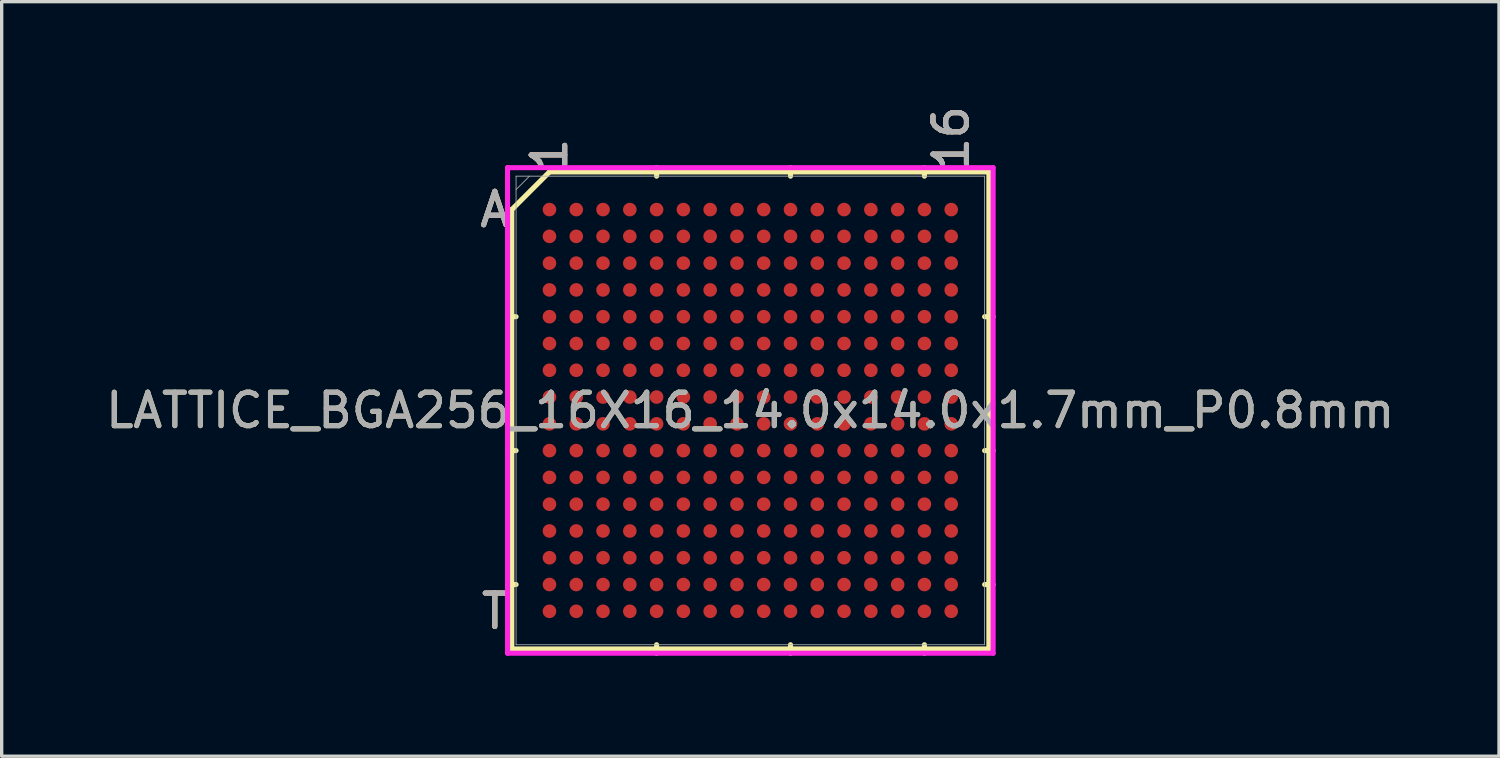
<source format=kicad_pcb>
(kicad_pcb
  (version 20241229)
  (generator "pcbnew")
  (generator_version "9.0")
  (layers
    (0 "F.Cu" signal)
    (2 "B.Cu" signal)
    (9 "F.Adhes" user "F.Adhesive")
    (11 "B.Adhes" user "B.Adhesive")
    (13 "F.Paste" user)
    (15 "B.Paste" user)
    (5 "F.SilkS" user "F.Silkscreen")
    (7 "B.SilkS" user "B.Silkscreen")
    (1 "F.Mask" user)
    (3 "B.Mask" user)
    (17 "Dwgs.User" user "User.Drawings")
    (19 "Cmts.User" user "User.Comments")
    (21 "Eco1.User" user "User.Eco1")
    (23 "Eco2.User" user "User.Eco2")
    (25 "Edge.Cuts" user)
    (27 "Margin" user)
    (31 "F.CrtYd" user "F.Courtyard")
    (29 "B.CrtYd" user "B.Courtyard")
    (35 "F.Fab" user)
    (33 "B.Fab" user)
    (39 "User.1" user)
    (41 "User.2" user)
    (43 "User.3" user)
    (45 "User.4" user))
  (footprint "LATTICE_BGA256_16X16_14.0x14.0x1.7mm_P0.8mm"
    (layer "F.Cu")
    (at 19.363 9.21)
    (property "Reference" "LATTICE_BGA256_16X16_14.0x14.0x1.7mm_P0.8mm" (at 0 0 0) (unlocked yes) (layer "F.SilkS") (effects (font (size 1 1) (thickness 0.15))))
    (attr smd)
    (fp_line (start -7.125 -6) (end -7.125 7.125) (stroke (width 0.152) (type solid)) (layer "F.SilkS"))
    (fp_line (start -7.125 7.125) (end 7.125 7.125) (stroke (width 0.152) (type solid)) (layer "F.SilkS"))
    (fp_line (start -6.998 -2.8) (end -7.252 -2.8) (stroke (width 0.152) (type solid)) (layer "F.SilkS"))
    (fp_line (start -6.998 1.2) (end -7.252 1.2) (stroke (width 0.152) (type solid)) (layer "F.SilkS"))
    (fp_line (start -6.998 5.2) (end -7.252 5.2) (stroke (width 0.152) (type solid)) (layer "F.SilkS"))
    (fp_line (start -6 -7.125) (end -7.125 -6) (stroke (width 0.152) (type default)) (layer "F.SilkS"))
    (fp_line (start -2.8 -6.998) (end -2.8 -7.252) (stroke (width 0.152) (type solid)) (layer "F.SilkS"))
    (fp_line (start -2.8 6.998) (end -2.8 7.252) (stroke (width 0.152) (type solid)) (layer "F.SilkS"))
    (fp_line (start 1.2 -6.998) (end 1.2 -7.252) (stroke (width 0.152) (type solid)) (layer "F.SilkS"))
    (fp_line (start 1.2 6.998) (end 1.2 7.252) (stroke (width 0.152) (type solid)) (layer "F.SilkS"))
    (fp_line (start 5.2 -6.998) (end 5.2 -7.252) (stroke (width 0.152) (type solid)) (layer "F.SilkS"))
    (fp_line (start 5.2 6.998) (end 5.2 7.252) (stroke (width 0.152) (type solid)) (layer "F.SilkS"))
    (fp_line (start 6.998 -2.8) (end 7.252 -2.8) (stroke (width 0.152) (type solid)) (layer "F.SilkS"))
    (fp_line (start 6.998 1.2) (end 7.252 1.2) (stroke (width 0.152) (type solid)) (layer "F.SilkS"))
    (fp_line (start 6.998 5.2) (end 7.252 5.2) (stroke (width 0.152) (type solid)) (layer "F.SilkS"))
    (fp_line (start 7.125 -7.125) (end -6 -7.125) (stroke (width 0.152) (type solid)) (layer "F.SilkS"))
    (fp_line (start 7.125 7.125) (end 7.125 -7.125) (stroke (width 0.152) (type solid)) (layer "F.SilkS"))
    (fp_line (start -7.252 -7.252) (end 7.252 -7.252) (stroke (width 0.152) (type solid)) (layer "F.CrtYd"))
    (fp_line (start -7.252 7.252) (end -7.252 -7.252) (stroke (width 0.152) (type solid)) (layer "F.CrtYd"))
    (fp_line (start 7.252 -7.252) (end 7.252 7.252) (stroke (width 0.152) (type solid)) (layer "F.CrtYd"))
    (fp_line (start 7.252 7.252) (end -7.252 7.252) (stroke (width 0.152) (type solid)) (layer "F.CrtYd"))
    (fp_line (start -6.998 -6.998) (end -6.998 6.998) (stroke (width 0.025) (type solid)) (layer "F.Fab"))
    (fp_line (start -6.998 6.998) (end 6.998 6.998) (stroke (width 0.025) (type solid)) (layer "F.Fab"))
    (fp_line (start -6.598 -6.998) (end -6.998 -6.598) (stroke (width 0.025) (type solid)) (layer "F.Fab"))
    (fp_line (start 6.998 -6.998) (end -6.998 -6.998) (stroke (width 0.025) (type solid)) (layer "F.Fab"))
    (fp_line (start 6.998 6.998) (end 6.998 -6.998) (stroke (width 0.025) (type solid)) (layer "F.Fab"))
    (fp_text user "A" (at -7.633 -6 0) (unlocked yes) (layer "F.SilkS") (effects (font (size 1 1) (thickness 0.15))))
    (fp_text user "T" (at -7.633 6 0) (unlocked yes) (layer "F.SilkS") (effects (font (size 1 1) (thickness 0.15))))
    (fp_text user "1" (at -6 -7.633 90) (unlocked yes) (layer "F.SilkS") (effects (font (size 1 1) (thickness 0.15))))
    (fp_text user "16" (at 6 -8.133 90) (unlocked yes) (layer "F.SilkS") (effects (font (size 1 1) (thickness 0.15))))
    (fp_text user "1" (at -6 -7.633 90) (unlocked yes) (layer "B.SilkS") (effects (font (size 1 1) (thickness 0.15))))
    (fp_text user "A" (at -7.633 -6 0) (unlocked yes) (layer "B.SilkS") (effects (font (size 1 1) (thickness 0.15))))
    (fp_text user "T" (at -7.633 6 0) (unlocked yes) (layer "B.SilkS") (effects (font (size 1 1) (thickness 0.15))))
    (fp_text user "16" (at 6 -8.133 90) (unlocked yes) (layer "B.SilkS") (effects (font (size 1 1) (thickness 0.15))))
    (fp_text user "1" (at -6 -7.633 90) (unlocked yes) (layer "F.Fab") (effects (font (size 1 1) (thickness 0.15))))
    (fp_text user "16" (at 6 -8.133 90) (unlocked yes) (layer "F.Fab") (effects (font (size 1 1) (thickness 0.15))))
    (fp_text user "${REFERENCE}" (at 0 0 0) (unlocked yes) (layer "F.Fab") (effects (font (size 1 1) (thickness 0.15))))
    (fp_text user "T" (at -7.633 6 0) (unlocked yes) (layer "F.Fab") (effects (font (size 1 1) (thickness 0.15))))
    (fp_text user "A" (at -7.633 -6 0) (unlocked yes) (layer "F.Fab") (effects (font (size 1 1) (thickness 0.15))))
    (pad "A1" smd circle (at -6 -6) (size 0.406 0.406) (layers "F.Cu" "F.Mask" "F.Paste"))
    (pad "A2" smd circle (at -5.2 -6) (size 0.406 0.406) (layers "F.Cu" "F.Mask" "F.Paste"))
    (pad "A3" smd circle (at -4.4 -6) (size 0.406 0.406) (layers "F.Cu" "F.Mask" "F.Paste"))
    (pad "A4" smd circle (at -3.6 -6) (size 0.406 0.406) (layers "F.Cu" "F.Mask" "F.Paste"))
    (pad "A5" smd circle (at -2.8 -6) (size 0.406 0.406) (layers "F.Cu" "F.Mask" "F.Paste"))
    (pad "A6" smd circle (at -2 -6) (size 0.406 0.406) (layers "F.Cu" "F.Mask" "F.Paste"))
    (pad "A7" smd circle (at -1.2 -6) (size 0.406 0.406) (layers "F.Cu" "F.Mask" "F.Paste"))
    (pad "A8" smd circle (at -0.4 -6) (size 0.406 0.406) (layers "F.Cu" "F.Mask" "F.Paste"))
    (pad "A9" smd circle (at 0.4 -6) (size 0.406 0.406) (layers "F.Cu" "F.Mask" "F.Paste"))
    (pad "A10" smd circle (at 1.2 -6) (size 0.406 0.406) (layers "F.Cu" "F.Mask" "F.Paste"))
    (pad "A11" smd circle (at 2 -6) (size 0.406 0.406) (layers "F.Cu" "F.Mask" "F.Paste"))
    (pad "A12" smd circle (at 2.8 -6) (size 0.406 0.406) (layers "F.Cu" "F.Mask" "F.Paste"))
    (pad "A13" smd circle (at 3.6 -6) (size 0.406 0.406) (layers "F.Cu" "F.Mask" "F.Paste"))
    (pad "A14" smd circle (at 4.4 -6) (size 0.406 0.406) (layers "F.Cu" "F.Mask" "F.Paste"))
    (pad "A15" smd circle (at 5.2 -6) (size 0.406 0.406) (layers "F.Cu" "F.Mask" "F.Paste"))
    (pad "A16" smd circle (at 6 -6) (size 0.406 0.406) (layers "F.Cu" "F.Mask" "F.Paste"))
    (pad "B1" smd circle (at -6 -5.2) (size 0.406 0.406) (layers "F.Cu" "F.Mask" "F.Paste"))
    (pad "B2" smd circle (at -5.2 -5.2) (size 0.406 0.406) (layers "F.Cu" "F.Mask" "F.Paste"))
    (pad "B3" smd circle (at -4.4 -5.2) (size 0.406 0.406) (layers "F.Cu" "F.Mask" "F.Paste"))
    (pad "B4" smd circle (at -3.6 -5.2) (size 0.406 0.406) (layers "F.Cu" "F.Mask" "F.Paste"))
    (pad "B5" smd circle (at -2.8 -5.2) (size 0.406 0.406) (layers "F.Cu" "F.Mask" "F.Paste"))
    (pad "B6" smd circle (at -2 -5.2) (size 0.406 0.406) (layers "F.Cu" "F.Mask" "F.Paste"))
    (pad "B7" smd circle (at -1.2 -5.2) (size 0.406 0.406) (layers "F.Cu" "F.Mask" "F.Paste"))
    (pad "B8" smd circle (at -0.4 -5.2) (size 0.406 0.406) (layers "F.Cu" "F.Mask" "F.Paste"))
    (pad "B9" smd circle (at 0.4 -5.2) (size 0.406 0.406) (layers "F.Cu" "F.Mask" "F.Paste"))
    (pad "B10" smd circle (at 1.2 -5.2) (size 0.406 0.406) (layers "F.Cu" "F.Mask" "F.Paste"))
    (pad "B11" smd circle (at 2 -5.2) (size 0.406 0.406) (layers "F.Cu" "F.Mask" "F.Paste"))
    (pad "B12" smd circle (at 2.8 -5.2) (size 0.406 0.406) (layers "F.Cu" "F.Mask" "F.Paste"))
    (pad "B13" smd circle (at 3.6 -5.2) (size 0.406 0.406) (layers "F.Cu" "F.Mask" "F.Paste"))
    (pad "B14" smd circle (at 4.4 -5.2) (size 0.406 0.406) (layers "F.Cu" "F.Mask" "F.Paste"))
    (pad "B15" smd circle (at 5.2 -5.2) (size 0.406 0.406) (layers "F.Cu" "F.Mask" "F.Paste"))
    (pad "B16" smd circle (at 6 -5.2) (size 0.406 0.406) (layers "F.Cu" "F.Mask" "F.Paste"))
    (pad "C1" smd circle (at -6 -4.4) (size 0.406 0.406) (layers "F.Cu" "F.Mask" "F.Paste"))
    (pad "C2" smd circle (at -5.2 -4.4) (size 0.406 0.406) (layers "F.Cu" "F.Mask" "F.Paste"))
    (pad "C3" smd circle (at -4.4 -4.4) (size 0.406 0.406) (layers "F.Cu" "F.Mask" "F.Paste"))
    (pad "C4" smd circle (at -3.6 -4.4) (size 0.406 0.406) (layers "F.Cu" "F.Mask" "F.Paste"))
    (pad "C5" smd circle (at -2.8 -4.4) (size 0.406 0.406) (layers "F.Cu" "F.Mask" "F.Paste"))
    (pad "C6" smd circle (at -2 -4.4) (size 0.406 0.406) (layers "F.Cu" "F.Mask" "F.Paste"))
    (pad "C7" smd circle (at -1.2 -4.4) (size 0.406 0.406) (layers "F.Cu" "F.Mask" "F.Paste"))
    (pad "C8" smd circle (at -0.4 -4.4) (size 0.406 0.406) (layers "F.Cu" "F.Mask" "F.Paste"))
    (pad "C9" smd circle (at 0.4 -4.4) (size 0.406 0.406) (layers "F.Cu" "F.Mask" "F.Paste"))
    (pad "C10" smd circle (at 1.2 -4.4) (size 0.406 0.406) (layers "F.Cu" "F.Mask" "F.Paste"))
    (pad "C11" smd circle (at 2 -4.4) (size 0.406 0.406) (layers "F.Cu" "F.Mask" "F.Paste"))
    (pad "C12" smd circle (at 2.8 -4.4) (size 0.406 0.406) (layers "F.Cu" "F.Mask" "F.Paste"))
    (pad "C13" smd circle (at 3.6 -4.4) (size 0.406 0.406) (layers "F.Cu" "F.Mask" "F.Paste"))
    (pad "C14" smd circle (at 4.4 -4.4) (size 0.406 0.406) (layers "F.Cu" "F.Mask" "F.Paste"))
    (pad "C15" smd circle (at 5.2 -4.4) (size 0.406 0.406) (layers "F.Cu" "F.Mask" "F.Paste"))
    (pad "C16" smd circle (at 6 -4.4) (size 0.406 0.406) (layers "F.Cu" "F.Mask" "F.Paste"))
    (pad "D1" smd circle (at -6 -3.6) (size 0.406 0.406) (layers "F.Cu" "F.Mask" "F.Paste"))
    (pad "D2" smd circle (at -5.2 -3.6) (size 0.406 0.406) (layers "F.Cu" "F.Mask" "F.Paste"))
    (pad "D3" smd circle (at -4.4 -3.6) (size 0.406 0.406) (layers "F.Cu" "F.Mask" "F.Paste"))
    (pad "D4" smd circle (at -3.6 -3.6) (size 0.406 0.406) (layers "F.Cu" "F.Mask" "F.Paste"))
    (pad "D5" smd circle (at -2.8 -3.6) (size 0.406 0.406) (layers "F.Cu" "F.Mask" "F.Paste"))
    (pad "D6" smd circle (at -2 -3.6) (size 0.406 0.406) (layers "F.Cu" "F.Mask" "F.Paste"))
    (pad "D7" smd circle (at -1.2 -3.6) (size 0.406 0.406) (layers "F.Cu" "F.Mask" "F.Paste"))
    (pad "D8" smd circle (at -0.4 -3.6) (size 0.406 0.406) (layers "F.Cu" "F.Mask" "F.Paste"))
    (pad "D9" smd circle (at 0.4 -3.6) (size 0.406 0.406) (layers "F.Cu" "F.Mask" "F.Paste"))
    (pad "D10" smd circle (at 1.2 -3.6) (size 0.406 0.406) (layers "F.Cu" "F.Mask" "F.Paste"))
    (pad "D11" smd circle (at 2 -3.6) (size 0.406 0.406) (layers "F.Cu" "F.Mask" "F.Paste"))
    (pad "D12" smd circle (at 2.8 -3.6) (size 0.406 0.406) (layers "F.Cu" "F.Mask" "F.Paste"))
    (pad "D13" smd circle (at 3.6 -3.6) (size 0.406 0.406) (layers "F.Cu" "F.Mask" "F.Paste"))
    (pad "D14" smd circle (at 4.4 -3.6) (size 0.406 0.406) (layers "F.Cu" "F.Mask" "F.Paste"))
    (pad "D15" smd circle (at 5.2 -3.6) (size 0.406 0.406) (layers "F.Cu" "F.Mask" "F.Paste"))
    (pad "D16" smd circle (at 6 -3.6) (size 0.406 0.406) (layers "F.Cu" "F.Mask" "F.Paste"))
    (pad "E1" smd circle (at -6 -2.8) (size 0.406 0.406) (layers "F.Cu" "F.Mask" "F.Paste"))
    (pad "E2" smd circle (at -5.2 -2.8) (size 0.406 0.406) (layers "F.Cu" "F.Mask" "F.Paste"))
    (pad "E3" smd circle (at -4.4 -2.8) (size 0.406 0.406) (layers "F.Cu" "F.Mask" "F.Paste"))
    (pad "E4" smd circle (at -3.6 -2.8) (size 0.406 0.406) (layers "F.Cu" "F.Mask" "F.Paste"))
    (pad "E5" smd circle (at -2.8 -2.8) (size 0.406 0.406) (layers "F.Cu" "F.Mask" "F.Paste"))
    (pad "E6" smd circle (at -2 -2.8) (size 0.406 0.406) (layers "F.Cu" "F.Mask" "F.Paste"))
    (pad "E7" smd circle (at -1.2 -2.8) (size 0.406 0.406) (layers "F.Cu" "F.Mask" "F.Paste"))
    (pad "E8" smd circle (at -0.4 -2.8) (size 0.406 0.406) (layers "F.Cu" "F.Mask" "F.Paste"))
    (pad "E9" smd circle (at 0.4 -2.8) (size 0.406 0.406) (layers "F.Cu" "F.Mask" "F.Paste"))
    (pad "E10" smd circle (at 1.2 -2.8) (size 0.406 0.406) (layers "F.Cu" "F.Mask" "F.Paste"))
    (pad "E11" smd circle (at 2 -2.8) (size 0.406 0.406) (layers "F.Cu" "F.Mask" "F.Paste"))
    (pad "E12" smd circle (at 2.8 -2.8) (size 0.406 0.406) (layers "F.Cu" "F.Mask" "F.Paste"))
    (pad "E13" smd circle (at 3.6 -2.8) (size 0.406 0.406) (layers "F.Cu" "F.Mask" "F.Paste"))
    (pad "E14" smd circle (at 4.4 -2.8) (size 0.406 0.406) (layers "F.Cu" "F.Mask" "F.Paste"))
    (pad "E15" smd circle (at 5.2 -2.8) (size 0.406 0.406) (layers "F.Cu" "F.Mask" "F.Paste"))
    (pad "E16" smd circle (at 6 -2.8) (size 0.406 0.406) (layers "F.Cu" "F.Mask" "F.Paste"))
    (pad "F1" smd circle (at -6 -2) (size 0.406 0.406) (layers "F.Cu" "F.Mask" "F.Paste"))
    (pad "F2" smd circle (at -5.2 -2) (size 0.406 0.406) (layers "F.Cu" "F.Mask" "F.Paste"))
    (pad "F3" smd circle (at -4.4 -2) (size 0.406 0.406) (layers "F.Cu" "F.Mask" "F.Paste"))
    (pad "F4" smd circle (at -3.6 -2) (size 0.406 0.406) (layers "F.Cu" "F.Mask" "F.Paste"))
    (pad "F5" smd circle (at -2.8 -2) (size 0.406 0.406) (layers "F.Cu" "F.Mask" "F.Paste"))
    (pad "F6" smd circle (at -2 -2) (size 0.406 0.406) (layers "F.Cu" "F.Mask" "F.Paste"))
    (pad "F7" smd circle (at -1.2 -2) (size 0.406 0.406) (layers "F.Cu" "F.Mask" "F.Paste"))
    (pad "F8" smd circle (at -0.4 -2) (size 0.406 0.406) (layers "F.Cu" "F.Mask" "F.Paste"))
    (pad "F9" smd circle (at 0.4 -2) (size 0.406 0.406) (layers "F.Cu" "F.Mask" "F.Paste"))
    (pad "F10" smd circle (at 1.2 -2) (size 0.406 0.406) (layers "F.Cu" "F.Mask" "F.Paste"))
    (pad "F11" smd circle (at 2 -2) (size 0.406 0.406) (layers "F.Cu" "F.Mask" "F.Paste"))
    (pad "F12" smd circle (at 2.8 -2) (size 0.406 0.406) (layers "F.Cu" "F.Mask" "F.Paste"))
    (pad "F13" smd circle (at 3.6 -2) (size 0.406 0.406) (layers "F.Cu" "F.Mask" "F.Paste"))
    (pad "F14" smd circle (at 4.4 -2) (size 0.406 0.406) (layers "F.Cu" "F.Mask" "F.Paste"))
    (pad "F15" smd circle (at 5.2 -2) (size 0.406 0.406) (layers "F.Cu" "F.Mask" "F.Paste"))
    (pad "F16" smd circle (at 6 -2) (size 0.406 0.406) (layers "F.Cu" "F.Mask" "F.Paste"))
    (pad "G1" smd circle (at -6 -1.2) (size 0.406 0.406) (layers "F.Cu" "F.Mask" "F.Paste"))
    (pad "G2" smd circle (at -5.2 -1.2) (size 0.406 0.406) (layers "F.Cu" "F.Mask" "F.Paste"))
    (pad "G3" smd circle (at -4.4 -1.2) (size 0.406 0.406) (layers "F.Cu" "F.Mask" "F.Paste"))
    (pad "G4" smd circle (at -3.6 -1.2) (size 0.406 0.406) (layers "F.Cu" "F.Mask" "F.Paste"))
    (pad "G5" smd circle (at -2.8 -1.2) (size 0.406 0.406) (layers "F.Cu" "F.Mask" "F.Paste"))
    (pad "G6" smd circle (at -2 -1.2) (size 0.406 0.406) (layers "F.Cu" "F.Mask" "F.Paste"))
    (pad "G7" smd circle (at -1.2 -1.2) (size 0.406 0.406) (layers "F.Cu" "F.Mask" "F.Paste"))
    (pad "G8" smd circle (at -0.4 -1.2) (size 0.406 0.406) (layers "F.Cu" "F.Mask" "F.Paste"))
    (pad "G9" smd circle (at 0.4 -1.2) (size 0.406 0.406) (layers "F.Cu" "F.Mask" "F.Paste"))
    (pad "G10" smd circle (at 1.2 -1.2) (size 0.406 0.406) (layers "F.Cu" "F.Mask" "F.Paste"))
    (pad "G11" smd circle (at 2 -1.2) (size 0.406 0.406) (layers "F.Cu" "F.Mask" "F.Paste"))
    (pad "G12" smd circle (at 2.8 -1.2) (size 0.406 0.406) (layers "F.Cu" "F.Mask" "F.Paste"))
    (pad "G13" smd circle (at 3.6 -1.2) (size 0.406 0.406) (layers "F.Cu" "F.Mask" "F.Paste"))
    (pad "G14" smd circle (at 4.4 -1.2) (size 0.406 0.406) (layers "F.Cu" "F.Mask" "F.Paste"))
    (pad "G15" smd circle (at 5.2 -1.2) (size 0.406 0.406) (layers "F.Cu" "F.Mask" "F.Paste"))
    (pad "G16" smd circle (at 6 -1.2) (size 0.406 0.406) (layers "F.Cu" "F.Mask" "F.Paste"))
    (pad "H1" smd circle (at -6 -0.4) (size 0.406 0.406) (layers "F.Cu" "F.Mask" "F.Paste"))
    (pad "H2" smd circle (at -5.2 -0.4) (size 0.406 0.406) (layers "F.Cu" "F.Mask" "F.Paste"))
    (pad "H3" smd circle (at -4.4 -0.4) (size 0.406 0.406) (layers "F.Cu" "F.Mask" "F.Paste"))
    (pad "H4" smd circle (at -3.6 -0.4) (size 0.406 0.406) (layers "F.Cu" "F.Mask" "F.Paste"))
    (pad "H5" smd circle (at -2.8 -0.4) (size 0.406 0.406) (layers "F.Cu" "F.Mask" "F.Paste"))
    (pad "H6" smd circle (at -2 -0.4) (size 0.406 0.406) (layers "F.Cu" "F.Mask" "F.Paste"))
    (pad "H7" smd circle (at -1.2 -0.4) (size 0.406 0.406) (layers "F.Cu" "F.Mask" "F.Paste"))
    (pad "H8" smd circle (at -0.4 -0.4) (size 0.406 0.406) (layers "F.Cu" "F.Mask" "F.Paste"))
    (pad "H9" smd circle (at 0.4 -0.4) (size 0.406 0.406) (layers "F.Cu" "F.Mask" "F.Paste"))
    (pad "H10" smd circle (at 1.2 -0.4) (size 0.406 0.406) (layers "F.Cu" "F.Mask" "F.Paste"))
    (pad "H11" smd circle (at 2 -0.4) (size 0.406 0.406) (layers "F.Cu" "F.Mask" "F.Paste"))
    (pad "H12" smd circle (at 2.8 -0.4) (size 0.406 0.406) (layers "F.Cu" "F.Mask" "F.Paste"))
    (pad "H13" smd circle (at 3.6 -0.4) (size 0.406 0.406) (layers "F.Cu" "F.Mask" "F.Paste"))
    (pad "H14" smd circle (at 4.4 -0.4) (size 0.406 0.406) (layers "F.Cu" "F.Mask" "F.Paste"))
    (pad "H15" smd circle (at 5.2 -0.4) (size 0.406 0.406) (layers "F.Cu" "F.Mask" "F.Paste"))
    (pad "H16" smd circle (at 6 -0.4) (size 0.406 0.406) (layers "F.Cu" "F.Mask" "F.Paste"))
    (pad "J1" smd circle (at -6 0.4) (size 0.406 0.406) (layers "F.Cu" "F.Mask" "F.Paste"))
    (pad "J2" smd circle (at -5.2 0.4) (size 0.406 0.406) (layers "F.Cu" "F.Mask" "F.Paste"))
    (pad "J3" smd circle (at -4.4 0.4) (size 0.406 0.406) (layers "F.Cu" "F.Mask" "F.Paste"))
    (pad "J4" smd circle (at -3.6 0.4) (size 0.406 0.406) (layers "F.Cu" "F.Mask" "F.Paste"))
    (pad "J5" smd circle (at -2.8 0.4) (size 0.406 0.406) (layers "F.Cu" "F.Mask" "F.Paste"))
    (pad "J6" smd circle (at -2 0.4) (size 0.406 0.406) (layers "F.Cu" "F.Mask" "F.Paste"))
    (pad "J7" smd circle (at -1.2 0.4) (size 0.406 0.406) (layers "F.Cu" "F.Mask" "F.Paste"))
    (pad "J8" smd circle (at -0.4 0.4) (size 0.406 0.406) (layers "F.Cu" "F.Mask" "F.Paste"))
    (pad "J9" smd circle (at 0.4 0.4) (size 0.406 0.406) (layers "F.Cu" "F.Mask" "F.Paste"))
    (pad "J10" smd circle (at 1.2 0.4) (size 0.406 0.406) (layers "F.Cu" "F.Mask" "F.Paste"))
    (pad "J11" smd circle (at 2 0.4) (size 0.406 0.406) (layers "F.Cu" "F.Mask" "F.Paste"))
    (pad "J12" smd circle (at 2.8 0.4) (size 0.406 0.406) (layers "F.Cu" "F.Mask" "F.Paste"))
    (pad "J13" smd circle (at 3.6 0.4) (size 0.406 0.406) (layers "F.Cu" "F.Mask" "F.Paste"))
    (pad "J14" smd circle (at 4.4 0.4) (size 0.406 0.406) (layers "F.Cu" "F.Mask" "F.Paste"))
    (pad "J15" smd circle (at 5.2 0.4) (size 0.406 0.406) (layers "F.Cu" "F.Mask" "F.Paste"))
    (pad "J16" smd circle (at 6 0.4) (size 0.406 0.406) (layers "F.Cu" "F.Mask" "F.Paste"))
    (pad "K1" smd circle (at -6 1.2) (size 0.406 0.406) (layers "F.Cu" "F.Mask" "F.Paste"))
    (pad "K2" smd circle (at -5.2 1.2) (size 0.406 0.406) (layers "F.Cu" "F.Mask" "F.Paste"))
    (pad "K3" smd circle (at -4.4 1.2) (size 0.406 0.406) (layers "F.Cu" "F.Mask" "F.Paste"))
    (pad "K4" smd circle (at -3.6 1.2) (size 0.406 0.406) (layers "F.Cu" "F.Mask" "F.Paste"))
    (pad "K5" smd circle (at -2.8 1.2) (size 0.406 0.406) (layers "F.Cu" "F.Mask" "F.Paste"))
    (pad "K6" smd circle (at -2 1.2) (size 0.406 0.406) (layers "F.Cu" "F.Mask" "F.Paste"))
    (pad "K7" smd circle (at -1.2 1.2) (size 0.406 0.406) (layers "F.Cu" "F.Mask" "F.Paste"))
    (pad "K8" smd circle (at -0.4 1.2) (size 0.406 0.406) (layers "F.Cu" "F.Mask" "F.Paste"))
    (pad "K9" smd circle (at 0.4 1.2) (size 0.406 0.406) (layers "F.Cu" "F.Mask" "F.Paste"))
    (pad "K10" smd circle (at 1.2 1.2) (size 0.406 0.406) (layers "F.Cu" "F.Mask" "F.Paste"))
    (pad "K11" smd circle (at 2 1.2) (size 0.406 0.406) (layers "F.Cu" "F.Mask" "F.Paste"))
    (pad "K12" smd circle (at 2.8 1.2) (size 0.406 0.406) (layers "F.Cu" "F.Mask" "F.Paste"))
    (pad "K13" smd circle (at 3.6 1.2) (size 0.406 0.406) (layers "F.Cu" "F.Mask" "F.Paste"))
    (pad "K14" smd circle (at 4.4 1.2) (size 0.406 0.406) (layers "F.Cu" "F.Mask" "F.Paste"))
    (pad "K15" smd circle (at 5.2 1.2) (size 0.406 0.406) (layers "F.Cu" "F.Mask" "F.Paste"))
    (pad "K16" smd circle (at 6 1.2) (size 0.406 0.406) (layers "F.Cu" "F.Mask" "F.Paste"))
    (pad "L1" smd circle (at -6 2) (size 0.406 0.406) (layers "F.Cu" "F.Mask" "F.Paste"))
    (pad "L2" smd circle (at -5.2 2) (size 0.406 0.406) (layers "F.Cu" "F.Mask" "F.Paste"))
    (pad "L3" smd circle (at -4.4 2) (size 0.406 0.406) (layers "F.Cu" "F.Mask" "F.Paste"))
    (pad "L4" smd circle (at -3.6 2) (size 0.406 0.406) (layers "F.Cu" "F.Mask" "F.Paste"))
    (pad "L5" smd circle (at -2.8 2) (size 0.406 0.406) (layers "F.Cu" "F.Mask" "F.Paste"))
    (pad "L6" smd circle (at -2 2) (size 0.406 0.406) (layers "F.Cu" "F.Mask" "F.Paste"))
    (pad "L7" smd circle (at -1.2 2) (size 0.406 0.406) (layers "F.Cu" "F.Mask" "F.Paste"))
    (pad "L8" smd circle (at -0.4 2) (size 0.406 0.406) (layers "F.Cu" "F.Mask" "F.Paste"))
    (pad "L9" smd circle (at 0.4 2) (size 0.406 0.406) (layers "F.Cu" "F.Mask" "F.Paste"))
    (pad "L10" smd circle (at 1.2 2) (size 0.406 0.406) (layers "F.Cu" "F.Mask" "F.Paste"))
    (pad "L11" smd circle (at 2 2) (size 0.406 0.406) (layers "F.Cu" "F.Mask" "F.Paste"))
    (pad "L12" smd circle (at 2.8 2) (size 0.406 0.406) (layers "F.Cu" "F.Mask" "F.Paste"))
    (pad "L13" smd circle (at 3.6 2) (size 0.406 0.406) (layers "F.Cu" "F.Mask" "F.Paste"))
    (pad "L14" smd circle (at 4.4 2) (size 0.406 0.406) (layers "F.Cu" "F.Mask" "F.Paste"))
    (pad "L15" smd circle (at 5.2 2) (size 0.406 0.406) (layers "F.Cu" "F.Mask" "F.Paste"))
    (pad "L16" smd circle (at 6 2) (size 0.406 0.406) (layers "F.Cu" "F.Mask" "F.Paste"))
    (pad "M1" smd circle (at -6 2.8) (size 0.406 0.406) (layers "F.Cu" "F.Mask" "F.Paste"))
    (pad "M2" smd circle (at -5.2 2.8) (size 0.406 0.406) (layers "F.Cu" "F.Mask" "F.Paste"))
    (pad "M3" smd circle (at -4.4 2.8) (size 0.406 0.406) (layers "F.Cu" "F.Mask" "F.Paste"))
    (pad "M4" smd circle (at -3.6 2.8) (size 0.406 0.406) (layers "F.Cu" "F.Mask" "F.Paste"))
    (pad "M5" smd circle (at -2.8 2.8) (size 0.406 0.406) (layers "F.Cu" "F.Mask" "F.Paste"))
    (pad "M6" smd circle (at -2 2.8) (size 0.406 0.406) (layers "F.Cu" "F.Mask" "F.Paste"))
    (pad "M7" smd circle (at -1.2 2.8) (size 0.406 0.406) (layers "F.Cu" "F.Mask" "F.Paste"))
    (pad "M8" smd circle (at -0.4 2.8) (size 0.406 0.406) (layers "F.Cu" "F.Mask" "F.Paste"))
    (pad "M9" smd circle (at 0.4 2.8) (size 0.406 0.406) (layers "F.Cu" "F.Mask" "F.Paste"))
    (pad "M10" smd circle (at 1.2 2.8) (size 0.406 0.406) (layers "F.Cu" "F.Mask" "F.Paste"))
    (pad "M11" smd circle (at 2 2.8) (size 0.406 0.406) (layers "F.Cu" "F.Mask" "F.Paste"))
    (pad "M12" smd circle (at 2.8 2.8) (size 0.406 0.406) (layers "F.Cu" "F.Mask" "F.Paste"))
    (pad "M13" smd circle (at 3.6 2.8) (size 0.406 0.406) (layers "F.Cu" "F.Mask" "F.Paste"))
    (pad "M14" smd circle (at 4.4 2.8) (size 0.406 0.406) (layers "F.Cu" "F.Mask" "F.Paste"))
    (pad "M15" smd circle (at 5.2 2.8) (size 0.406 0.406) (layers "F.Cu" "F.Mask" "F.Paste"))
    (pad "M16" smd circle (at 6 2.8) (size 0.406 0.406) (layers "F.Cu" "F.Mask" "F.Paste"))
    (pad "N1" smd circle (at -6 3.6) (size 0.406 0.406) (layers "F.Cu" "F.Mask" "F.Paste"))
    (pad "N2" smd circle (at -5.2 3.6) (size 0.406 0.406) (layers "F.Cu" "F.Mask" "F.Paste"))
    (pad "N3" smd circle (at -4.4 3.6) (size 0.406 0.406) (layers "F.Cu" "F.Mask" "F.Paste"))
    (pad "N4" smd circle (at -3.6 3.6) (size 0.406 0.406) (layers "F.Cu" "F.Mask" "F.Paste"))
    (pad "N5" smd circle (at -2.8 3.6) (size 0.406 0.406) (layers "F.Cu" "F.Mask" "F.Paste"))
    (pad "N6" smd circle (at -2 3.6) (size 0.406 0.406) (layers "F.Cu" "F.Mask" "F.Paste"))
    (pad "N7" smd circle (at -1.2 3.6) (size 0.406 0.406) (layers "F.Cu" "F.Mask" "F.Paste"))
    (pad "N8" smd circle (at -0.4 3.6) (size 0.406 0.406) (layers "F.Cu" "F.Mask" "F.Paste"))
    (pad "N9" smd circle (at 0.4 3.6) (size 0.406 0.406) (layers "F.Cu" "F.Mask" "F.Paste"))
    (pad "N10" smd circle (at 1.2 3.6) (size 0.406 0.406) (layers "F.Cu" "F.Mask" "F.Paste"))
    (pad "N11" smd circle (at 2 3.6) (size 0.406 0.406) (layers "F.Cu" "F.Mask" "F.Paste"))
    (pad "N12" smd circle (at 2.8 3.6) (size 0.406 0.406) (layers "F.Cu" "F.Mask" "F.Paste"))
    (pad "N13" smd circle (at 3.6 3.6) (size 0.406 0.406) (layers "F.Cu" "F.Mask" "F.Paste"))
    (pad "N14" smd circle (at 4.4 3.6) (size 0.406 0.406) (layers "F.Cu" "F.Mask" "F.Paste"))
    (pad "N15" smd circle (at 5.2 3.6) (size 0.406 0.406) (layers "F.Cu" "F.Mask" "F.Paste"))
    (pad "N16" smd circle (at 6 3.6) (size 0.406 0.406) (layers "F.Cu" "F.Mask" "F.Paste"))
    (pad "P1" smd circle (at -6 4.4) (size 0.406 0.406) (layers "F.Cu" "F.Mask" "F.Paste"))
    (pad "P2" smd circle (at -5.2 4.4) (size 0.406 0.406) (layers "F.Cu" "F.Mask" "F.Paste"))
    (pad "P3" smd circle (at -4.4 4.4) (size 0.406 0.406) (layers "F.Cu" "F.Mask" "F.Paste"))
    (pad "P4" smd circle (at -3.6 4.4) (size 0.406 0.406) (layers "F.Cu" "F.Mask" "F.Paste"))
    (pad "P5" smd circle (at -2.8 4.4) (size 0.406 0.406) (layers "F.Cu" "F.Mask" "F.Paste"))
    (pad "P6" smd circle (at -2 4.4) (size 0.406 0.406) (layers "F.Cu" "F.Mask" "F.Paste"))
    (pad "P7" smd circle (at -1.2 4.4) (size 0.406 0.406) (layers "F.Cu" "F.Mask" "F.Paste"))
    (pad "P8" smd circle (at -0.4 4.4) (size 0.406 0.406) (layers "F.Cu" "F.Mask" "F.Paste"))
    (pad "P9" smd circle (at 0.4 4.4) (size 0.406 0.406) (layers "F.Cu" "F.Mask" "F.Paste"))
    (pad "P10" smd circle (at 1.2 4.4) (size 0.406 0.406) (layers "F.Cu" "F.Mask" "F.Paste"))
    (pad "P11" smd circle (at 2 4.4) (size 0.406 0.406) (layers "F.Cu" "F.Mask" "F.Paste"))
    (pad "P12" smd circle (at 2.8 4.4) (size 0.406 0.406) (layers "F.Cu" "F.Mask" "F.Paste"))
    (pad "P13" smd circle (at 3.6 4.4) (size 0.406 0.406) (layers "F.Cu" "F.Mask" "F.Paste"))
    (pad "P14" smd circle (at 4.4 4.4) (size 0.406 0.406) (layers "F.Cu" "F.Mask" "F.Paste"))
    (pad "P15" smd circle (at 5.2 4.4) (size 0.406 0.406) (layers "F.Cu" "F.Mask" "F.Paste"))
    (pad "P16" smd circle (at 6 4.4) (size 0.406 0.406) (layers "F.Cu" "F.Mask" "F.Paste"))
    (pad "R1" smd circle (at -6 5.2) (size 0.406 0.406) (layers "F.Cu" "F.Mask" "F.Paste"))
    (pad "R2" smd circle (at -5.2 5.2) (size 0.406 0.406) (layers "F.Cu" "F.Mask" "F.Paste"))
    (pad "R3" smd circle (at -4.4 5.2) (size 0.406 0.406) (layers "F.Cu" "F.Mask" "F.Paste"))
    (pad "R4" smd circle (at -3.6 5.2) (size 0.406 0.406) (layers "F.Cu" "F.Mask" "F.Paste"))
    (pad "R5" smd circle (at -2.8 5.2) (size 0.406 0.406) (layers "F.Cu" "F.Mask" "F.Paste"))
    (pad "R6" smd circle (at -2 5.2) (size 0.406 0.406) (layers "F.Cu" "F.Mask" "F.Paste"))
    (pad "R7" smd circle (at -1.2 5.2) (size 0.406 0.406) (layers "F.Cu" "F.Mask" "F.Paste"))
    (pad "R8" smd circle (at -0.4 5.2) (size 0.406 0.406) (layers "F.Cu" "F.Mask" "F.Paste"))
    (pad "R9" smd circle (at 0.4 5.2) (size 0.406 0.406) (layers "F.Cu" "F.Mask" "F.Paste"))
    (pad "R10" smd circle (at 1.2 5.2) (size 0.406 0.406) (layers "F.Cu" "F.Mask" "F.Paste"))
    (pad "R11" smd circle (at 2 5.2) (size 0.406 0.406) (layers "F.Cu" "F.Mask" "F.Paste"))
    (pad "R12" smd circle (at 2.8 5.2) (size 0.406 0.406) (layers "F.Cu" "F.Mask" "F.Paste"))
    (pad "R13" smd circle (at 3.6 5.2) (size 0.406 0.406) (layers "F.Cu" "F.Mask" "F.Paste"))
    (pad "R14" smd circle (at 4.4 5.2) (size 0.406 0.406) (layers "F.Cu" "F.Mask" "F.Paste"))
    (pad "R15" smd circle (at 5.2 5.2) (size 0.406 0.406) (layers "F.Cu" "F.Mask" "F.Paste"))
    (pad "R16" smd circle (at 6 5.2) (size 0.406 0.406) (layers "F.Cu" "F.Mask" "F.Paste"))
    (pad "T1" smd circle (at -6 6) (size 0.406 0.406) (layers "F.Cu" "F.Mask" "F.Paste"))
    (pad "T2" smd circle (at -5.2 6) (size 0.406 0.406) (layers "F.Cu" "F.Mask" "F.Paste"))
    (pad "T3" smd circle (at -4.4 6) (size 0.406 0.406) (layers "F.Cu" "F.Mask" "F.Paste"))
    (pad "T4" smd circle (at -3.6 6) (size 0.406 0.406) (layers "F.Cu" "F.Mask" "F.Paste"))
    (pad "T5" smd circle (at -2.8 6) (size 0.406 0.406) (layers "F.Cu" "F.Mask" "F.Paste"))
    (pad "T6" smd circle (at -2 6) (size 0.406 0.406) (layers "F.Cu" "F.Mask" "F.Paste"))
    (pad "T7" smd circle (at -1.2 6) (size 0.406 0.406) (layers "F.Cu" "F.Mask" "F.Paste"))
    (pad "T8" smd circle (at -0.4 6) (size 0.406 0.406) (layers "F.Cu" "F.Mask" "F.Paste"))
    (pad "T9" smd circle (at 0.4 6) (size 0.406 0.406) (layers "F.Cu" "F.Mask" "F.Paste"))
    (pad "T10" smd circle (at 1.2 6) (size 0.406 0.406) (layers "F.Cu" "F.Mask" "F.Paste"))
    (pad "T11" smd circle (at 2 6) (size 0.406 0.406) (layers "F.Cu" "F.Mask" "F.Paste"))
    (pad "T12" smd circle (at 2.8 6) (size 0.406 0.406) (layers "F.Cu" "F.Mask" "F.Paste"))
    (pad "T13" smd circle (at 3.6 6) (size 0.406 0.406) (layers "F.Cu" "F.Mask" "F.Paste"))
    (pad "T14" smd circle (at 4.4 6) (size 0.406 0.406) (layers "F.Cu" "F.Mask" "F.Paste"))
    (pad "T15" smd circle (at 5.2 6) (size 0.406 0.406) (layers "F.Cu" "F.Mask" "F.Paste"))
    (pad "T16" smd circle (at 6 6) (size 0.406 0.406) (layers "F.Cu" "F.Mask" "F.Paste")))
  (gr_rect
    (start -3 -3)
    (end 41.726 19.538)
    (stroke (width 0.1) (type default))
    (fill no)
    (layer "Edge.Cuts")))
</source>
